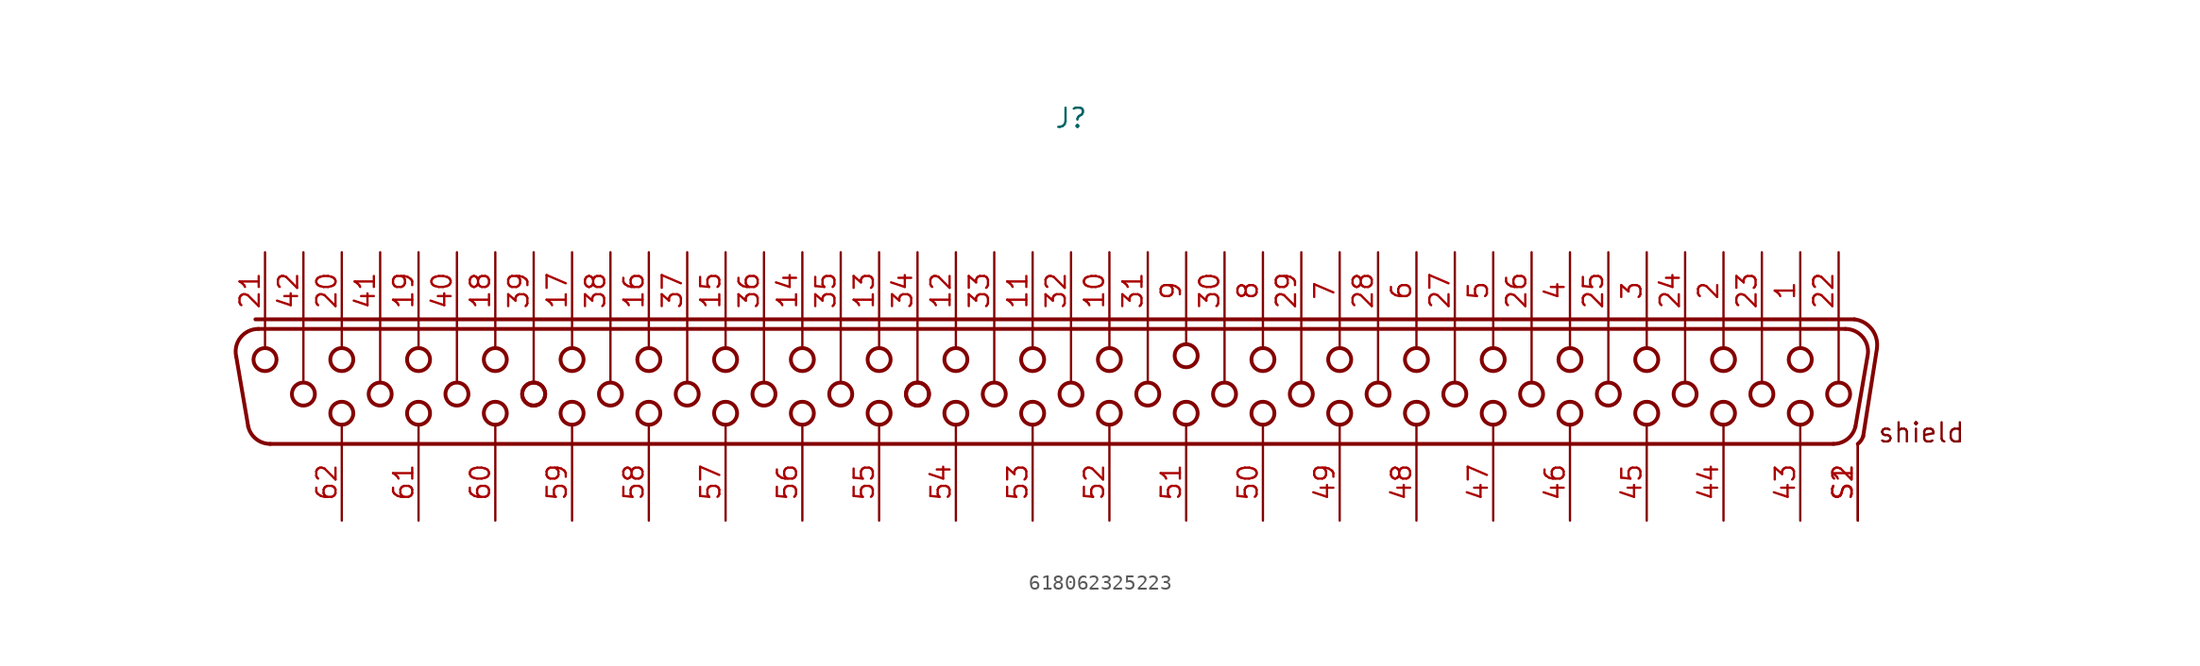
<source format=kicad_sym>
(kicad_symbol_lib
  (version 20241209)
  (generator "kicad_symbol_editor")
  (generator_version "9.0")
  (symbol "618062325223"
    (pin_names
      (hide yes))
    (property "Reference" "J"
      (at 0 17.78 0)
      (effects (font (size 1.27 1.27))))
    (symbol "618062325223_1_0"
      (polyline (pts (xy -54.453 -2.655) (xy -55.244 1.965)) (stroke (width 0.254) (type solid)) (fill (type none)))
      (polyline (pts (xy -53.975 4.445) (xy 51.84 4.445)) (stroke (width 0.254) (type solid)) (fill (type none)))
      (polyline (pts (xy -53.784 3.81) (xy 51.244 3.81)) (stroke (width 0.254) (type solid)) (fill (type none)))
      (arc (start -55.2442 1.965) (mid -54.9607 3.2407) (end -53.7843 3.81) (stroke (width 0.254) (type solid)) (fill (type none)))
      (polyline (pts (xy -53.34 3.85) (xy -53.34 2.57)) (stroke (width 0.152) (type solid)) (fill (type none)))
      (circle (center -53.34 1.778) (radius 0.762) (stroke (width 0.254) (type solid)) (fill (type none)))
      (arc (start -52.993 -3.81) (mid -53.9238 -3.4862) (end -54.4528 -2.6547) (stroke (width 0.254) (type solid)) (fill (type none)))
      (polyline (pts (xy -50.8 3.81) (xy -50.8 0.23)) (stroke (width 0.152) (type solid)) (fill (type none)))
      (circle (center -50.8 -0.508) (radius 0.762) (stroke (width 0.254) (type solid)) (fill (type none)))
      (polyline (pts (xy -48.26 3.85) (xy -48.26 2.57)) (stroke (width 0.152) (type solid)) (fill (type none)))
      (circle (center -48.26 1.778) (radius 0.762) (stroke (width 0.254) (type solid)) (fill (type none)))
      (circle (center -48.26 -1.778) (radius 0.762) (stroke (width 0.254) (type solid)) (fill (type none)))
      (polyline (pts (xy -48.26 -3.85) (xy -48.26 -2.57)) (stroke (width 0.152) (type solid)) (fill (type none)))
      (polyline (pts (xy -45.72 3.81) (xy -45.72 0.23)) (stroke (width 0.152) (type solid)) (fill (type none)))
      (circle (center -45.72 -0.508) (radius 0.762) (stroke (width 0.254) (type solid)) (fill (type none)))
      (polyline (pts (xy -43.18 3.85) (xy -43.18 2.57)) (stroke (width 0.152) (type solid)) (fill (type none)))
      (circle (center -43.18 1.778) (radius 0.762) (stroke (width 0.254) (type solid)) (fill (type none)))
      (circle (center -43.18 -1.778) (radius 0.762) (stroke (width 0.254) (type solid)) (fill (type none)))
      (polyline (pts (xy -43.18 -3.85) (xy -43.18 -2.57)) (stroke (width 0.152) (type solid)) (fill (type none)))
      (polyline (pts (xy -40.64 3.81) (xy -40.64 0.23)) (stroke (width 0.152) (type solid)) (fill (type none)))
      (circle (center -40.64 -0.508) (radius 0.762) (stroke (width 0.254) (type solid)) (fill (type none)))
      (polyline (pts (xy -38.1 3.85) (xy -38.1 2.57)) (stroke (width 0.152) (type solid)) (fill (type none)))
      (circle (center -38.1 1.778) (radius 0.762) (stroke (width 0.254) (type solid)) (fill (type none)))
      (circle (center -38.1 -1.778) (radius 0.762) (stroke (width 0.254) (type solid)) (fill (type none)))
      (polyline (pts (xy -38.1 -3.85) (xy -38.1 -2.57)) (stroke (width 0.152) (type solid)) (fill (type none)))
      (polyline (pts (xy -35.56 3.81) (xy -35.56 0.23)) (stroke (width 0.152) (type solid)) (fill (type none)))
      (circle (center -35.56 -0.508) (radius 0.762) (stroke (width 0.254) (type solid)) (fill (type none)))
      (circle (center -35.56 -0.508) (radius 0.762) (stroke (width 0.254) (type solid)) (fill (type none)))
      (polyline (pts (xy -33.02 3.85) (xy -33.02 2.57)) (stroke (width 0.152) (type solid)) (fill (type none)))
      (circle (center -33.02 1.778) (radius 0.762) (stroke (width 0.254) (type solid)) (fill (type none)))
      (circle (center -33.02 -1.778) (radius 0.762) (stroke (width 0.254) (type solid)) (fill (type none)))
      (polyline (pts (xy -33.02 -3.85) (xy -33.02 -2.57)) (stroke (width 0.152) (type solid)) (fill (type none)))
      (polyline (pts (xy -30.48 3.81) (xy -30.48 0.23)) (stroke (width 0.152) (type solid)) (fill (type none)))
      (circle (center -30.48 -0.508) (radius 0.762) (stroke (width 0.254) (type solid)) (fill (type none)))
      (polyline (pts (xy -27.94 3.85) (xy -27.94 2.57)) (stroke (width 0.152) (type solid)) (fill (type none)))
      (circle (center -27.94 1.778) (radius 0.762) (stroke (width 0.254) (type solid)) (fill (type none)))
      (circle (center -27.94 -1.778) (radius 0.762) (stroke (width 0.254) (type solid)) (fill (type none)))
      (polyline (pts (xy -27.94 -3.85) (xy -27.94 -2.57)) (stroke (width 0.152) (type solid)) (fill (type none)))
      (polyline (pts (xy -25.4 3.81) (xy -25.4 0.23)) (stroke (width 0.152) (type solid)) (fill (type none)))
      (circle (center -25.4 -0.508) (radius 0.762) (stroke (width 0.254) (type solid)) (fill (type none)))
      (polyline (pts (xy -22.86 3.85) (xy -22.86 2.57)) (stroke (width 0.152) (type solid)) (fill (type none)))
      (circle (center -22.86 1.778) (radius 0.762) (stroke (width 0.254) (type solid)) (fill (type none)))
      (circle (center -22.86 -1.778) (radius 0.762) (stroke (width 0.254) (type solid)) (fill (type none)))
      (polyline (pts (xy -22.86 -3.85) (xy -22.86 -2.57)) (stroke (width 0.152) (type solid)) (fill (type none)))
      (polyline (pts (xy -20.32 3.81) (xy -20.32 0.23)) (stroke (width 0.152) (type solid)) (fill (type none)))
      (circle (center -20.32 -0.508) (radius 0.762) (stroke (width 0.254) (type solid)) (fill (type none)))
      (polyline (pts (xy -17.78 3.85) (xy -17.78 2.57)) (stroke (width 0.152) (type solid)) (fill (type none)))
      (circle (center -17.78 1.778) (radius 0.762) (stroke (width 0.254) (type solid)) (fill (type none)))
      (circle (center -17.78 -1.778) (radius 0.762) (stroke (width 0.254) (type solid)) (fill (type none)))
      (polyline (pts (xy -17.78 -3.85) (xy -17.78 -2.57)) (stroke (width 0.152) (type solid)) (fill (type none)))
      (polyline (pts (xy -15.24 3.81) (xy -15.24 0.23)) (stroke (width 0.152) (type solid)) (fill (type none)))
      (circle (center -15.24 -0.508) (radius 0.762) (stroke (width 0.254) (type solid)) (fill (type none)))
      (polyline (pts (xy -12.7 3.85) (xy -12.7 2.57)) (stroke (width 0.152) (type solid)) (fill (type none)))
      (circle (center -12.7 1.778) (radius 0.762) (stroke (width 0.254) (type solid)) (fill (type none)))
      (circle (center -12.7 -1.778) (radius 0.762) (stroke (width 0.254) (type solid)) (fill (type none)))
      (polyline (pts (xy -12.7 -3.85) (xy -12.7 -2.57)) (stroke (width 0.152) (type solid)) (fill (type none)))
      (polyline (pts (xy -10.16 3.81) (xy -10.16 0.23)) (stroke (width 0.152) (type solid)) (fill (type none)))
      (circle (center -10.16 -0.508) (radius 0.762) (stroke (width 0.254) (type solid)) (fill (type none)))
      (circle (center -10.16 -0.508) (radius 0.762) (stroke (width 0.254) (type solid)) (fill (type none)))
      (polyline (pts (xy -7.62 3.85) (xy -7.62 2.57)) (stroke (width 0.152) (type solid)) (fill (type none)))
      (circle (center -7.62 1.778) (radius 0.762) (stroke (width 0.254) (type solid)) (fill (type none)))
      (circle (center -7.62 -1.778) (radius 0.762) (stroke (width 0.254) (type solid)) (fill (type none)))
      (polyline (pts (xy -7.62 -3.85) (xy -7.62 -2.57)) (stroke (width 0.152) (type solid)) (fill (type none)))
      (polyline (pts (xy -5.08 3.81) (xy -5.08 0.23)) (stroke (width 0.152) (type solid)) (fill (type none)))
      (circle (center -5.08 -0.508) (radius 0.762) (stroke (width 0.254) (type solid)) (fill (type none)))
      (polyline (pts (xy -2.54 3.85) (xy -2.54 2.57)) (stroke (width 0.152) (type solid)) (fill (type none)))
      (circle (center -2.54 1.778) (radius 0.762) (stroke (width 0.254) (type solid)) (fill (type none)))
      (circle (center -2.54 -1.778) (radius 0.762) (stroke (width 0.254) (type solid)) (fill (type none)))
      (polyline (pts (xy -2.54 -3.85) (xy -2.54 -2.57)) (stroke (width 0.152) (type solid)) (fill (type none)))
      (polyline (pts (xy 0 3.81) (xy 0 0.23)) (stroke (width 0.152) (type solid)) (fill (type none)))
      (circle (center 0 -0.508) (radius 0.762) (stroke (width 0.254) (type solid)) (fill (type none)))
      (polyline (pts (xy 2.54 3.85) (xy 2.54 2.57)) (stroke (width 0.152) (type solid)) (fill (type none)))
      (circle (center 2.54 1.778) (radius 0.762) (stroke (width 0.254) (type solid)) (fill (type none)))
      (circle (center 2.54 -1.778) (radius 0.762) (stroke (width 0.254) (type solid)) (fill (type none)))
      (polyline (pts (xy 2.54 -3.85) (xy 2.54 -2.57)) (stroke (width 0.152) (type solid)) (fill (type none)))
      (polyline (pts (xy 5.08 3.81) (xy 5.08 0.23)) (stroke (width 0.152) (type solid)) (fill (type none)))
      (circle (center 5.08 -0.508) (radius 0.762) (stroke (width 0.254) (type solid)) (fill (type none)))
      (polyline (pts (xy 7.62 3.85) (xy 7.62 2.77)) (stroke (width 0.152) (type solid)) (fill (type none)))
      (circle (center 7.62 2.032) (radius 0.762) (stroke (width 0.254) (type solid)) (fill (type none)))
      (circle (center 7.62 -1.778) (radius 0.762) (stroke (width 0.254) (type solid)) (fill (type none)))
      (polyline (pts (xy 7.62 -3.85) (xy 7.62 -2.57)) (stroke (width 0.152) (type solid)) (fill (type none)))
      (polyline (pts (xy 10.16 3.81) (xy 10.16 0.23)) (stroke (width 0.152) (type solid)) (fill (type none)))
      (circle (center 10.16 -0.508) (radius 0.762) (stroke (width 0.254) (type solid)) (fill (type none)))
      (polyline (pts (xy 12.7 3.85) (xy 12.7 2.57)) (stroke (width 0.152) (type solid)) (fill (type none)))
      (circle (center 12.7 1.778) (radius 0.762) (stroke (width 0.254) (type solid)) (fill (type none)))
      (circle (center 12.7 -1.778) (radius 0.762) (stroke (width 0.254) (type solid)) (fill (type none)))
      (polyline (pts (xy 12.7 -3.85) (xy 12.7 -2.57)) (stroke (width 0.152) (type solid)) (fill (type none)))
      (polyline (pts (xy 15.24 3.81) (xy 15.24 0.23)) (stroke (width 0.152) (type solid)) (fill (type none)))
      (circle (center 15.24 -0.508) (radius 0.762) (stroke (width 0.254) (type solid)) (fill (type none)))
      (polyline (pts (xy 17.78 3.85) (xy 17.78 2.57)) (stroke (width 0.152) (type solid)) (fill (type none)))
      (circle (center 17.78 1.778) (radius 0.762) (stroke (width 0.254) (type solid)) (fill (type none)))
      (circle (center 17.78 -1.778) (radius 0.762) (stroke (width 0.254) (type solid)) (fill (type none)))
      (polyline (pts (xy 17.78 -3.85) (xy 17.78 -2.57)) (stroke (width 0.152) (type solid)) (fill (type none)))
      (polyline (pts (xy 20.32 3.81) (xy 20.32 0.23)) (stroke (width 0.152) (type solid)) (fill (type none)))
      (circle (center 20.32 -0.508) (radius 0.762) (stroke (width 0.254) (type solid)) (fill (type none)))
      (polyline (pts (xy 22.86 3.85) (xy 22.86 2.57)) (stroke (width 0.152) (type solid)) (fill (type none)))
      (circle (center 22.86 1.778) (radius 0.762) (stroke (width 0.254) (type solid)) (fill (type none)))
      (circle (center 22.86 -1.778) (radius 0.762) (stroke (width 0.254) (type solid)) (fill (type none)))
      (polyline (pts (xy 22.86 -3.85) (xy 22.86 -2.57)) (stroke (width 0.152) (type solid)) (fill (type none)))
      (polyline (pts (xy 25.4 3.81) (xy 25.4 0.23)) (stroke (width 0.152) (type solid)) (fill (type none)))
      (circle (center 25.4 -0.508) (radius 0.762) (stroke (width 0.254) (type solid)) (fill (type none)))
      (polyline (pts (xy 27.94 3.85) (xy 27.94 2.57)) (stroke (width 0.152) (type solid)) (fill (type none)))
      (circle (center 27.94 1.778) (radius 0.762) (stroke (width 0.254) (type solid)) (fill (type none)))
      (circle (center 27.94 -1.778) (radius 0.762) (stroke (width 0.254) (type solid)) (fill (type none)))
      (polyline (pts (xy 27.94 -3.85) (xy 27.94 -2.57)) (stroke (width 0.152) (type solid)) (fill (type none)))
      (polyline (pts (xy 30.48 3.81) (xy 30.48 0.23)) (stroke (width 0.152) (type solid)) (fill (type none)))
      (circle (center 30.48 -0.508) (radius 0.762) (stroke (width 0.254) (type solid)) (fill (type none)))
      (polyline (pts (xy 33.02 3.85) (xy 33.02 2.57)) (stroke (width 0.152) (type solid)) (fill (type none)))
      (circle (center 33.02 1.778) (radius 0.762) (stroke (width 0.254) (type solid)) (fill (type none)))
      (circle (center 33.02 -1.778) (radius 0.762) (stroke (width 0.254) (type solid)) (fill (type none)))
      (polyline (pts (xy 33.02 -3.85) (xy 33.02 -2.57)) (stroke (width 0.152) (type solid)) (fill (type none)))
      (polyline (pts (xy 35.56 3.81) (xy 35.56 0.23)) (stroke (width 0.152) (type solid)) (fill (type none)))
      (circle (center 35.56 -0.508) (radius 0.762) (stroke (width 0.254) (type solid)) (fill (type none)))
      (polyline (pts (xy 38.1 3.85) (xy 38.1 2.57)) (stroke (width 0.152) (type solid)) (fill (type none)))
      (circle (center 38.1 1.778) (radius 0.762) (stroke (width 0.254) (type solid)) (fill (type none)))
      (circle (center 38.1 -1.778) (radius 0.762) (stroke (width 0.254) (type solid)) (fill (type none)))
      (polyline (pts (xy 38.1 -3.85) (xy 38.1 -2.57)) (stroke (width 0.152) (type solid)) (fill (type none)))
      (polyline (pts (xy 40.64 3.81) (xy 40.64 0.23)) (stroke (width 0.152) (type solid)) (fill (type none)))
      (circle (center 40.64 -0.508) (radius 0.762) (stroke (width 0.254) (type solid)) (fill (type none)))
      (polyline (pts (xy 43.18 3.85) (xy 43.18 2.57)) (stroke (width 0.152) (type solid)) (fill (type none)))
      (circle (center 43.18 1.778) (radius 0.762) (stroke (width 0.254) (type solid)) (fill (type none)))
      (circle (center 43.18 -1.778) (radius 0.762) (stroke (width 0.254) (type solid)) (fill (type none)))
      (polyline (pts (xy 43.18 -3.85) (xy 43.18 -2.57)) (stroke (width 0.152) (type solid)) (fill (type none)))
      (polyline (pts (xy 45.72 3.81) (xy 45.72 0.23)) (stroke (width 0.152) (type solid)) (fill (type none)))
      (circle (center 45.72 -0.508) (radius 0.762) (stroke (width 0.254) (type solid)) (fill (type none)))
      (polyline (pts (xy 48.26 3.85) (xy 48.26 2.57)) (stroke (width 0.152) (type solid)) (fill (type none)))
      (circle (center 48.26 1.778) (radius 0.762) (stroke (width 0.254) (type solid)) (fill (type none)))
      (circle (center 48.26 -1.778) (radius 0.762) (stroke (width 0.254) (type solid)) (fill (type none)))
      (polyline (pts (xy 48.26 -3.85) (xy 48.26 -2.57)) (stroke (width 0.152) (type solid)) (fill (type none)))
      (arc (start 51.9128 -2.6548) (mid 51.3837 -3.4863) (end 50.4529 -3.81) (stroke (width 0.254) (type solid)) (fill (type none)))
      (polyline (pts (xy 50.453 -3.81) (xy -52.993 -3.81)) (stroke (width 0.254) (type solid)) (fill (type none)))
      (polyline (pts (xy 50.8 3.81) (xy 50.8 0.23)) (stroke (width 0.152) (type solid)) (fill (type none)))
      (circle (center 50.8 -0.508) (radius 0.762) (stroke (width 0.254) (type solid)) (fill (type none)))
      (arc (start 51.2443 3.81) (mid 52.4207 3.2407) (end 52.7042 1.965) (stroke (width 0.254) (type solid)) (fill (type none)))
      (arc (start 52.4239 -3.3037) (mid 52.2848 -3.5833) (end 52.07 -3.81) (stroke (width 0.254) (type solid)) (fill (type none)))
      (arc (start 51.84 4.445) (mid 52.9864 3.8046) (end 53.34 2.54) (stroke (width 0.254) (type solid)) (fill (type none)))
      (polyline (pts (xy 52.424 -3.304) (xy 53.34 2.54)) (stroke (width 0.254) (type solid)) (fill (type none)))
      (polyline (pts (xy 52.704 1.965) (xy 51.913 -2.655)) (stroke (width 0.254) (type solid)) (fill (type none)))
      (pin passive line (at -53.34 8.89 270) (length 5.08) (name "21" (effects (font (size 1.27 1.27)))) (number "21" (effects (font (size 1.27 1.27)))))
      (pin passive line (at -50.8 8.89 270) (length 5.08) (name "42" (effects (font (size 1.27 1.27)))) (number "42" (effects (font (size 1.27 1.27)))))
      (pin passive line (at -48.26 8.89 270) (length 5.08) (name "20" (effects (font (size 1.27 1.27)))) (number "20" (effects (font (size 1.27 1.27)))))
      (pin passive line (at -48.26 -8.89 90) (length 5.08) (name "62" (effects (font (size 1.27 1.27)))) (number "62" (effects (font (size 1.27 1.27)))))
      (pin passive line (at -45.72 8.89 270) (length 5.08) (name "41" (effects (font (size 1.27 1.27)))) (number "41" (effects (font (size 1.27 1.27)))))
      (pin passive line (at -43.18 8.89 270) (length 5.08) (name "19" (effects (font (size 1.27 1.27)))) (number "19" (effects (font (size 1.27 1.27)))))
      (pin passive line (at -43.18 -8.89 90) (length 5.08) (name "61" (effects (font (size 1.27 1.27)))) (number "61" (effects (font (size 1.27 1.27)))))
      (pin passive line (at -40.64 8.89 270) (length 5.08) (name "40" (effects (font (size 1.27 1.27)))) (number "40" (effects (font (size 1.27 1.27)))))
      (pin passive line (at -38.1 8.89 270) (length 5.08) (name "18" (effects (font (size 1.27 1.27)))) (number "18" (effects (font (size 1.27 1.27)))))
      (pin passive line (at -38.1 -8.89 90) (length 5.08) (name "60" (effects (font (size 1.27 1.27)))) (number "60" (effects (font (size 1.27 1.27)))))
      (pin passive line (at -35.56 8.89 270) (length 5.08) (name "39" (effects (font (size 1.27 1.27)))) (number "39" (effects (font (size 1.27 1.27)))))
      (pin passive line (at -33.02 8.89 270) (length 5.08) (name "17" (effects (font (size 1.27 1.27)))) (number "17" (effects (font (size 1.27 1.27)))))
      (pin passive line (at -33.02 -8.89 90) (length 5.08) (name "59" (effects (font (size 1.27 1.27)))) (number "59" (effects (font (size 1.27 1.27)))))
      (pin passive line (at -30.48 8.89 270) (length 5.08) (name "38" (effects (font (size 1.27 1.27)))) (number "38" (effects (font (size 1.27 1.27)))))
      (pin passive line (at -27.94 8.89 270) (length 5.08) (name "16" (effects (font (size 1.27 1.27)))) (number "16" (effects (font (size 1.27 1.27)))))
      (pin passive line (at -27.94 -8.89 90) (length 5.08) (name "58" (effects (font (size 1.27 1.27)))) (number "58" (effects (font (size 1.27 1.27)))))
      (pin passive line (at -25.4 8.89 270) (length 5.08) (name "37" (effects (font (size 1.27 1.27)))) (number "37" (effects (font (size 1.27 1.27)))))
      (pin passive line (at -22.86 8.89 270) (length 5.08) (name "15" (effects (font (size 1.27 1.27)))) (number "15" (effects (font (size 1.27 1.27)))))
      (pin passive line (at -22.86 -8.89 90) (length 5.08) (name "57" (effects (font (size 1.27 1.27)))) (number "57" (effects (font (size 1.27 1.27)))))
      (pin passive line (at -20.32 8.89 270) (length 5.08) (name "36" (effects (font (size 1.27 1.27)))) (number "36" (effects (font (size 1.27 1.27)))))
      (pin passive line (at -17.78 8.89 270) (length 5.08) (name "14" (effects (font (size 1.27 1.27)))) (number "14" (effects (font (size 1.27 1.27)))))
      (pin passive line (at -17.78 -8.89 90) (length 5.08) (name "56" (effects (font (size 1.27 1.27)))) (number "56" (effects (font (size 1.27 1.27)))))
      (pin passive line (at -15.24 8.89 270) (length 5.08) (name "35" (effects (font (size 1.27 1.27)))) (number "35" (effects (font (size 1.27 1.27)))))
      (pin passive line (at -12.7 8.89 270) (length 5.08) (name "13" (effects (font (size 1.27 1.27)))) (number "13" (effects (font (size 1.27 1.27)))))
      (pin passive line (at -12.7 -8.89 90) (length 5.08) (name "55" (effects (font (size 1.27 1.27)))) (number "55" (effects (font (size 1.27 1.27)))))
      (pin passive line (at -10.16 8.89 270) (length 5.08) (name "34" (effects (font (size 1.27 1.27)))) (number "34" (effects (font (size 1.27 1.27)))))
      (pin passive line (at -7.62 8.89 270) (length 5.08) (name "12" (effects (font (size 1.27 1.27)))) (number "12" (effects (font (size 1.27 1.27)))))
      (pin passive line (at -7.62 -8.89 90) (length 5.08) (name "54" (effects (font (size 1.27 1.27)))) (number "54" (effects (font (size 1.27 1.27)))))
      (pin passive line (at -5.08 8.89 270) (length 5.08) (name "33" (effects (font (size 1.27 1.27)))) (number "33" (effects (font (size 1.27 1.27)))))
      (pin passive line (at -2.54 8.89 270) (length 5.08) (name "11" (effects (font (size 1.27 1.27)))) (number "11" (effects (font (size 1.27 1.27)))))
      (pin passive line (at -2.54 -8.89 90) (length 5.08) (name "53" (effects (font (size 1.27 1.27)))) (number "53" (effects (font (size 1.27 1.27)))))
      (pin passive line (at 0 8.89 270) (length 5.08) (name "32" (effects (font (size 1.27 1.27)))) (number "32" (effects (font (size 1.27 1.27)))))
      (pin passive line (at 2.54 8.89 270) (length 5.08) (name "10" (effects (font (size 1.27 1.27)))) (number "10" (effects (font (size 1.27 1.27)))))
      (pin passive line (at 2.54 -8.89 90) (length 5.08) (name "52" (effects (font (size 1.27 1.27)))) (number "52" (effects (font (size 1.27 1.27)))))
      (pin passive line (at 5.08 8.89 270) (length 5.08) (name "31" (effects (font (size 1.27 1.27)))) (number "31" (effects (font (size 1.27 1.27)))))
      (pin passive line (at 7.62 8.89 270) (length 5.08) (name "9" (effects (font (size 1.27 1.27)))) (number "9" (effects (font (size 1.27 1.27)))))
      (pin passive line (at 7.62 -8.89 90) (length 5.08) (name "51" (effects (font (size 1.27 1.27)))) (number "51" (effects (font (size 1.27 1.27)))))
      (pin passive line (at 10.16 8.89 270) (length 5.08) (name "30" (effects (font (size 1.27 1.27)))) (number "30" (effects (font (size 1.27 1.27)))))
      (pin passive line (at 12.7 8.89 270) (length 5.08) (name "8" (effects (font (size 1.27 1.27)))) (number "8" (effects (font (size 1.27 1.27)))))
      (pin passive line (at 12.7 -8.89 90) (length 5.08) (name "50" (effects (font (size 1.27 1.27)))) (number "50" (effects (font (size 1.27 1.27)))))
      (pin passive line (at 15.24 8.89 270) (length 5.08) (name "29" (effects (font (size 1.27 1.27)))) (number "29" (effects (font (size 1.27 1.27)))))
      (pin passive line (at 17.78 8.89 270) (length 5.08) (name "7" (effects (font (size 1.27 1.27)))) (number "7" (effects (font (size 1.27 1.27)))))
      (pin passive line (at 17.78 -8.89 90) (length 5.08) (name "49" (effects (font (size 1.27 1.27)))) (number "49" (effects (font (size 1.27 1.27)))))
      (pin passive line (at 20.32 8.89 270) (length 5.08) (name "28" (effects (font (size 1.27 1.27)))) (number "28" (effects (font (size 1.27 1.27)))))
      (pin passive line (at 22.86 8.89 270) (length 5.08) (name "6" (effects (font (size 1.27 1.27)))) (number "6" (effects (font (size 1.27 1.27)))))
      (pin passive line (at 22.86 -8.89 90) (length 5.08) (name "48" (effects (font (size 1.27 1.27)))) (number "48" (effects (font (size 1.27 1.27)))))
      (pin passive line (at 25.4 8.89 270) (length 5.08) (name "27" (effects (font (size 1.27 1.27)))) (number "27" (effects (font (size 1.27 1.27)))))
      (pin passive line (at 27.94 8.89 270) (length 5.08) (name "5" (effects (font (size 1.27 1.27)))) (number "5" (effects (font (size 1.27 1.27)))))
      (pin passive line (at 27.94 -8.89 90) (length 5.08) (name "47" (effects (font (size 1.27 1.27)))) (number "47" (effects (font (size 1.27 1.27)))))
      (pin passive line (at 30.48 8.89 270) (length 5.08) (name "26" (effects (font (size 1.27 1.27)))) (number "26" (effects (font (size 1.27 1.27)))))
      (pin passive line (at 33.02 8.89 270) (length 5.08) (name "4" (effects (font (size 1.27 1.27)))) (number "4" (effects (font (size 1.27 1.27)))))
      (pin passive line (at 33.02 -8.89 90) (length 5.08) (name "46" (effects (font (size 1.27 1.27)))) (number "46" (effects (font (size 1.27 1.27)))))
      (pin passive line (at 35.56 8.89 270) (length 5.08) (name "25" (effects (font (size 1.27 1.27)))) (number "25" (effects (font (size 1.27 1.27)))))
      (pin passive line (at 38.1 8.89 270) (length 5.08) (name "3" (effects (font (size 1.27 1.27)))) (number "3" (effects (font (size 1.27 1.27)))))
      (pin passive line (at 38.1 -8.89 90) (length 5.08) (name "45" (effects (font (size 1.27 1.27)))) (number "45" (effects (font (size 1.27 1.27)))))
      (pin passive line (at 40.64 8.89 270) (length 5.08) (name "24" (effects (font (size 1.27 1.27)))) (number "24" (effects (font (size 1.27 1.27)))))
      (pin passive line (at 43.18 8.89 270) (length 5.08) (name "2" (effects (font (size 1.27 1.27)))) (number "2" (effects (font (size 1.27 1.27)))))
      (pin passive line (at 43.18 -8.89 90) (length 5.08) (name "44" (effects (font (size 1.27 1.27)))) (number "44" (effects (font (size 1.27 1.27)))))
      (pin passive line (at 45.72 8.89 270) (length 5.08) (name "23" (effects (font (size 1.27 1.27)))) (number "23" (effects (font (size 1.27 1.27)))))
      (pin passive line (at 48.26 8.89 270) (length 5.08) (name "1" (effects (font (size 1.27 1.27)))) (number "1" (effects (font (size 1.27 1.27)))))
      (pin passive line (at 48.26 -8.89 90) (length 5.08) (name "43" (effects (font (size 1.27 1.27)))) (number "43" (effects (font (size 1.27 1.27)))))
      (pin passive line (at 50.8 8.89 270) (length 5.08) (name "22" (effects (font (size 1.27 1.27)))) (number "22" (effects (font (size 1.27 1.27)))))
      (pin passive line (at 52.07 -8.89 90) (length 5.08) (name "SHIELD" (effects (font (size 1.27 1.27)))) (number "S1" (effects (font (size 1.27 1.27)))))
      (pin passive line (at 52.07 -8.89 90) (length 5.08) (name "SHIELD" (effects (font (size 1.27 1.27)))) (number "S2" (effects (font (size 1.27 1.27))))))
    (symbol "618062325223_1_1"
      (text "shield" (at 53.34 -3.81 0) (effects (font (size 1.27 1.27)) (justify left bottom))))))
</source>
